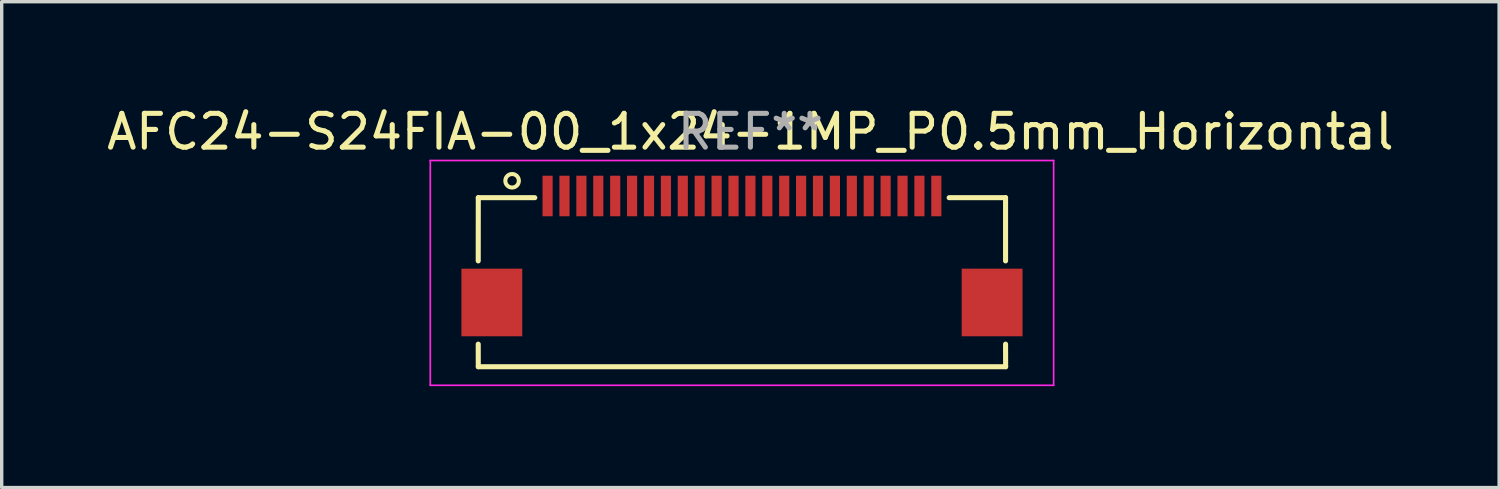
<source format=kicad_pcb>
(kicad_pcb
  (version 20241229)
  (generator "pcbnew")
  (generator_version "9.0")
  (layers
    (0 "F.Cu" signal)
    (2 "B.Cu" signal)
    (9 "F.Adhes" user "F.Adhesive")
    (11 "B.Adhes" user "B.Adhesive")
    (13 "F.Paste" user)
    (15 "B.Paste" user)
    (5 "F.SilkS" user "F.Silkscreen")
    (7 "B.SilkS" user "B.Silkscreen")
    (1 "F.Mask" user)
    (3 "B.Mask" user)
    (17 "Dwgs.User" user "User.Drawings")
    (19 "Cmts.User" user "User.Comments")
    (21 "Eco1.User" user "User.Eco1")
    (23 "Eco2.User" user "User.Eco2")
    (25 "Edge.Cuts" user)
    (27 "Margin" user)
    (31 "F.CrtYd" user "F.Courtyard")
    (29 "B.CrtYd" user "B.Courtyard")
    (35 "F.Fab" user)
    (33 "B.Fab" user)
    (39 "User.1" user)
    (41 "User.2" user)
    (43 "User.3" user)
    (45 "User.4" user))
  (footprint "AFC24-S24FIA-00_1x24-1MP_P0.5mm_Horizontal"
    (layer "F.Cu")
    (at 18.899 4.098)
    (property "Reference" "AFC24-S24FIA-00_1x24-1MP_P0.5mm_Horizontal" (at 0.25 -3.25 0) (layer "F.SilkS") (effects (font (size 1 1) (thickness 0.15))))
    (attr smd)
    (fp_line (start -7.802 0.57) (end -7.8 -1.3) (stroke (width 0.15) (type solid)) (layer "F.SilkS"))
    (fp_line (start -7.8 3.7) (end -7.802 3.033) (stroke (width 0.15) (type solid)) (layer "F.SilkS"))
    (fp_line (start -7.8 3.7) (end 7.8 3.7) (stroke (width 0.15) (type solid)) (layer "F.SilkS"))
    (fp_line (start -7.8 -1.3) (end -6.129 -1.3) (stroke (width 0.15) (type solid)) (layer "F.SilkS"))
    (fp_line (start 6.129 -1.3) (end 7.798 -1.3) (stroke (width 0.15) (type solid)) (layer "F.SilkS"))
    (fp_line (start 7.798 0.57) (end 7.798 -1.3) (stroke (width 0.15) (type solid)) (layer "F.SilkS"))
    (fp_line (start 7.8 3.7) (end 7.798 3.033) (stroke (width 0.15) (type solid)) (layer "F.SilkS"))
    (fp_circle (center -6.8 -1.8) (end -6.6 -1.8) (stroke (width 0.12) (type default)) (fill no) (layer "F.SilkS"))
    (fp_line (start -9.22 -2.4) (end -9.22 4.25) (stroke (width 0.05) (type solid)) (layer "F.CrtYd"))
    (fp_line (start -9.22 4.25) (end 9.22 4.25) (stroke (width 0.05) (type solid)) (layer "F.CrtYd"))
    (fp_line (start 9.22 -2.4) (end -9.22 -2.4) (stroke (width 0.05) (type solid)) (layer "F.CrtYd"))
    (fp_line (start 9.22 4.25) (end 9.22 -2.4) (stroke (width 0.05) (type solid)) (layer "F.CrtYd"))
    (fp_text user "REF**" (at 0.25 -3.25 0) (layer "F.Fab") (effects (font (size 1 1) (thickness 0.15))))
    (pad "1" smd rect (at -5.75 -1.35) (size 0.3 1.2) (layers "F.Cu" "F.Mask" "F.Paste"))
    (pad "2" smd rect (at -5.25 -1.35) (size 0.3 1.2) (layers "F.Cu" "F.Mask" "F.Paste"))
    (pad "3" smd rect (at -4.75 -1.35) (size 0.3 1.2) (layers "F.Cu" "F.Mask" "F.Paste"))
    (pad "4" smd rect (at -4.25 -1.35) (size 0.3 1.2) (layers "F.Cu" "F.Mask" "F.Paste"))
    (pad "5" smd rect (at -3.75 -1.35) (size 0.3 1.2) (layers "F.Cu" "F.Mask" "F.Paste"))
    (pad "6" smd rect (at -3.25 -1.35) (size 0.3 1.2) (layers "F.Cu" "F.Mask" "F.Paste"))
    (pad "7" smd rect (at -2.75 -1.35) (size 0.3 1.2) (layers "F.Cu" "F.Mask" "F.Paste"))
    (pad "8" smd rect (at -2.25 -1.35) (size 0.3 1.2) (layers "F.Cu" "F.Mask" "F.Paste"))
    (pad "9" smd rect (at -1.75 -1.35) (size 0.3 1.2) (layers "F.Cu" "F.Mask" "F.Paste"))
    (pad "10" smd rect (at -1.25 -1.35) (size 0.3 1.2) (layers "F.Cu" "F.Mask" "F.Paste"))
    (pad "11" smd rect (at -0.75 -1.35) (size 0.3 1.2) (layers "F.Cu" "F.Mask" "F.Paste"))
    (pad "12" smd rect (at -0.25 -1.35) (size 0.3 1.2) (layers "F.Cu" "F.Mask" "F.Paste"))
    (pad "13" smd rect (at 0.25 -1.35) (size 0.3 1.2) (layers "F.Cu" "F.Mask" "F.Paste"))
    (pad "14" smd rect (at 0.75 -1.35) (size 0.3 1.2) (layers "F.Cu" "F.Mask" "F.Paste"))
    (pad "15" smd rect (at 1.25 -1.35) (size 0.3 1.2) (layers "F.Cu" "F.Mask" "F.Paste"))
    (pad "16" smd rect (at 1.75 -1.35) (size 0.3 1.2) (layers "F.Cu" "F.Mask" "F.Paste"))
    (pad "17" smd rect (at 2.25 -1.35) (size 0.3 1.2) (layers "F.Cu" "F.Mask" "F.Paste"))
    (pad "18" smd rect (at 2.75 -1.35) (size 0.3 1.2) (layers "F.Cu" "F.Mask" "F.Paste"))
    (pad "19" smd rect (at 3.25 -1.35) (size 0.3 1.2) (layers "F.Cu" "F.Mask" "F.Paste"))
    (pad "20" smd rect (at 3.75 -1.35) (size 0.3 1.2) (layers "F.Cu" "F.Mask" "F.Paste"))
    (pad "21" smd rect (at 4.25 -1.35) (size 0.3 1.2) (layers "F.Cu" "F.Mask" "F.Paste"))
    (pad "22" smd rect (at 4.75 -1.35) (size 0.3 1.2) (layers "F.Cu" "F.Mask" "F.Paste"))
    (pad "23" smd rect (at 5.25 -1.35) (size 0.3 1.2) (layers "F.Cu" "F.Mask" "F.Paste"))
    (pad "24" smd rect (at 5.75 -1.35) (size 0.3 1.2) (layers "F.Cu" "F.Mask" "F.Paste"))
    (pad "MP" smd rect (at -7.4 1.8) (size 1.8 2) (layers "F.Cu" "F.Mask" "F.Paste"))
    (pad "MP" smd rect (at 7.4 1.8) (size 1.8 2) (layers "F.Cu" "F.Mask" "F.Paste")))
  (gr_rect
    (start -3 -3)
    (end 41.298 11.373)
    (stroke (width 0.1) (type default))
    (fill no)
    (layer "Edge.Cuts")))
</source>
